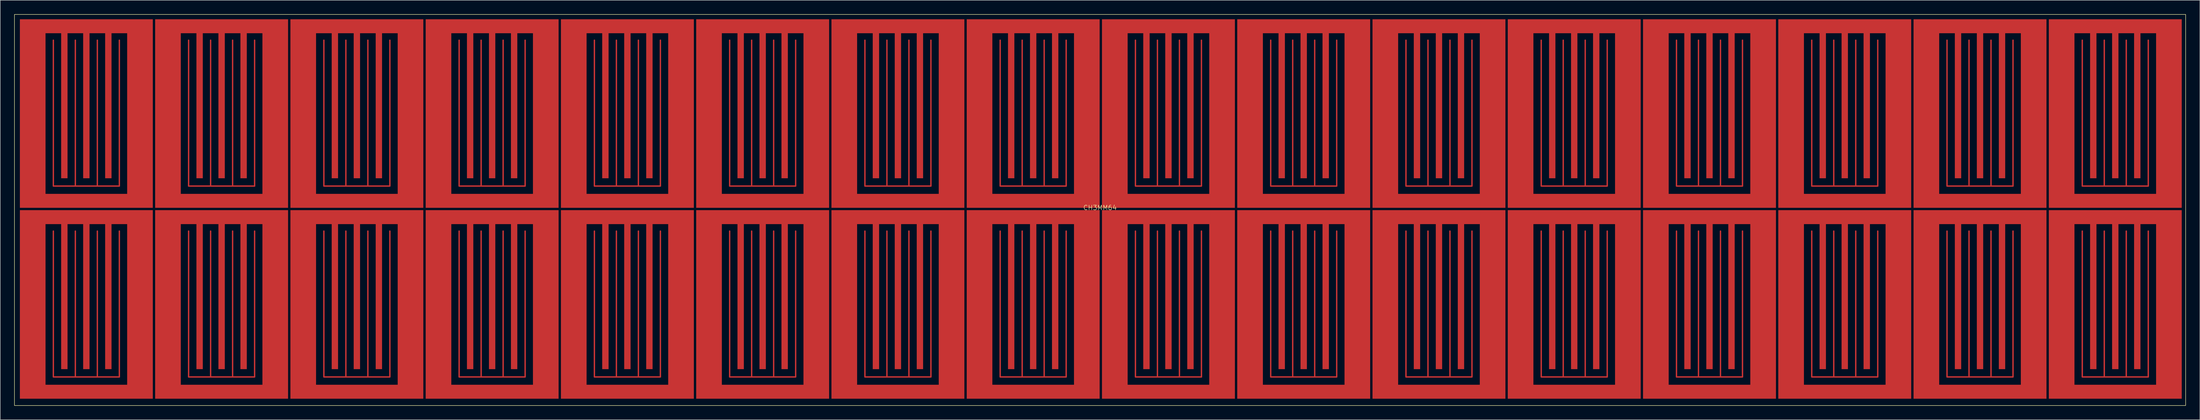
<source format=kicad_pcb>
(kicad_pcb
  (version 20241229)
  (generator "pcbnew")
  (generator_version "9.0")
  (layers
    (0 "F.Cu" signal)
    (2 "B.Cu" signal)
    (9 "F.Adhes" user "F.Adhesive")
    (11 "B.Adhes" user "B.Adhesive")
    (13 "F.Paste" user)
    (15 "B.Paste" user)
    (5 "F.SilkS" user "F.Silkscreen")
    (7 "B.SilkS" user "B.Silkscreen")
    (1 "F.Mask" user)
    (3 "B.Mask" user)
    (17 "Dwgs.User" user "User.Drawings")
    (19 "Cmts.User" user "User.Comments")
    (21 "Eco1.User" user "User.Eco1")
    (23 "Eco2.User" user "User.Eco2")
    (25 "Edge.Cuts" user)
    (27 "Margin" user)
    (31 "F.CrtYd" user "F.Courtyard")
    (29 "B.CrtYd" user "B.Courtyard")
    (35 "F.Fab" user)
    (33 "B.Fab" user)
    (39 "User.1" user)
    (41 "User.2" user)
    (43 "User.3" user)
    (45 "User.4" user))
  (footprint "CH3MM64"
    (layer "F.Cu")
    (at 232.8 42.05)
    (property "Reference" "CH3MM64" (at 0 -0.5 0) (unlocked yes) (layer "F.SilkS") (effects (font (size 1 1) (thickness 0.1))))
    (attr smd)
    (fp_rect (start -232.75 42) (end 232.75 -42) (stroke (width 0.1) (type default)) (fill no) (layer "F.SilkS"))
    (pad "0" smd custom (at -217.4 -1.287) (size 1.524 1.524) (layers "F.Cu" "F.Mask" "F.Paste") (options (anchor circle)) (primitives (gr_poly (pts (xy -1.143 -0.381) (xy -1.127 -0.49) (xy -1.072 -0.602) (xy -0.983 -0.691) (xy -0.871 -0.746) (xy -0.762 -0.762) (xy 0.762 -0.762) (xy 0.871 -0.746) (xy 0.983 -0.691) (xy 1.072 -0.602) (xy 1.127 -0.49) (xy 1.143 -0.381) (xy 1.143 0.381) (xy 1.127 0.49) (xy 1.072 0.602) (xy 0.983 0.691) (xy 0.871 0.746) (xy 0.762 0.762) (xy -0.762 0.762) (xy -0.871 0.746) (xy -0.983 0.691) (xy -1.072 0.602) (xy -1.127 0.49) (xy -1.143 0.381)) (width 0) (fill yes)) (gr_poly (pts (xy -14.187 -39.675) (xy -14.187 0.825) (xy 14.313 0.825) (xy 14.313 -39.675) (xy 8.813 -36.675) (xy 8.813 -2.175) (xy -8.687 -2.175) (xy -8.687 -36.675) (xy -5.337 -36.675) (xy -5.337 -5.525) (xy -3.97 -5.525) (xy -3.97 -36.675) (xy -0.62 -36.675) (xy -0.62 -5.525) (xy 0.746 -5.525) (xy 0.746 -36.675) (xy 4.096 -36.675) (xy 4.096 -5.525) (xy 5.463 -5.525) (xy 5.463 -36.675) (xy 8.813 -36.675) (xy 14.313 -39.675)) (width 0) (fill yes))))
    (pad "1" smd custom (at -188.4 -1.287) (size 1.524 1.524) (layers "F.Cu" "F.Mask" "F.Paste") (options (anchor circle)) (primitives (gr_poly (pts (xy -1.143 -0.381) (xy -1.127 -0.49) (xy -1.072 -0.602) (xy -0.983 -0.691) (xy -0.871 -0.746) (xy -0.762 -0.762) (xy 0.762 -0.762) (xy 0.871 -0.746) (xy 0.983 -0.691) (xy 1.072 -0.602) (xy 1.127 -0.49) (xy 1.143 -0.381) (xy 1.143 0.381) (xy 1.127 0.49) (xy 1.072 0.602) (xy 0.983 0.691) (xy 0.871 0.746) (xy 0.762 0.762) (xy -0.762 0.762) (xy -0.871 0.746) (xy -0.983 0.691) (xy -1.072 0.602) (xy -1.127 0.49) (xy -1.143 0.381)) (width 0) (fill yes)) (gr_poly (pts (xy -14.187 -39.675) (xy -14.187 0.825) (xy 14.313 0.825) (xy 14.313 -39.675) (xy 8.813 -36.675) (xy 8.813 -2.175) (xy -8.687 -2.175) (xy -8.687 -36.675) (xy -5.337 -36.675) (xy -5.337 -5.525) (xy -3.97 -5.525) (xy -3.97 -36.675) (xy -0.62 -36.675) (xy -0.62 -5.525) (xy 0.746 -5.525) (xy 0.746 -36.675) (xy 4.096 -36.675) (xy 4.096 -5.525) (xy 5.463 -5.525) (xy 5.463 -36.675) (xy 8.813 -36.675) (xy 14.313 -39.675)) (width 0) (fill yes))))
    (pad "2" smd custom (at -159.4 -1.287) (size 1.524 1.524) (layers "F.Cu" "F.Mask" "F.Paste") (options (anchor circle)) (primitives (gr_poly (pts (xy -1.143 -0.381) (xy -1.127 -0.49) (xy -1.072 -0.602) (xy -0.983 -0.691) (xy -0.871 -0.746) (xy -0.762 -0.762) (xy 0.762 -0.762) (xy 0.871 -0.746) (xy 0.983 -0.691) (xy 1.072 -0.602) (xy 1.127 -0.49) (xy 1.143 -0.381) (xy 1.143 0.381) (xy 1.127 0.49) (xy 1.072 0.602) (xy 0.983 0.691) (xy 0.871 0.746) (xy 0.762 0.762) (xy -0.762 0.762) (xy -0.871 0.746) (xy -0.983 0.691) (xy -1.072 0.602) (xy -1.127 0.49) (xy -1.143 0.381)) (width 0) (fill yes)) (gr_poly (pts (xy -14.187 -39.675) (xy -14.187 0.825) (xy 14.313 0.825) (xy 14.313 -39.675) (xy 8.813 -36.675) (xy 8.813 -2.175) (xy -8.687 -2.175) (xy -8.687 -36.675) (xy -5.337 -36.675) (xy -5.337 -5.525) (xy -3.97 -5.525) (xy -3.97 -36.675) (xy -0.62 -36.675) (xy -0.62 -5.525) (xy 0.746 -5.525) (xy 0.746 -36.675) (xy 4.096 -36.675) (xy 4.096 -5.525) (xy 5.463 -5.525) (xy 5.463 -36.675) (xy 8.813 -36.675) (xy 14.313 -39.675)) (width 0) (fill yes))))
    (pad "3" smd custom (at -130.4 -1.287) (size 1.524 1.524) (layers "F.Cu" "F.Mask" "F.Paste") (options (anchor circle)) (primitives (gr_poly (pts (xy -1.143 -0.381) (xy -1.127 -0.49) (xy -1.072 -0.602) (xy -0.983 -0.691) (xy -0.871 -0.746) (xy -0.762 -0.762) (xy 0.762 -0.762) (xy 0.871 -0.746) (xy 0.983 -0.691) (xy 1.072 -0.602) (xy 1.127 -0.49) (xy 1.143 -0.381) (xy 1.143 0.381) (xy 1.127 0.49) (xy 1.072 0.602) (xy 0.983 0.691) (xy 0.871 0.746) (xy 0.762 0.762) (xy -0.762 0.762) (xy -0.871 0.746) (xy -0.983 0.691) (xy -1.072 0.602) (xy -1.127 0.49) (xy -1.143 0.381)) (width 0) (fill yes)) (gr_poly (pts (xy -14.187 -39.675) (xy -14.187 0.825) (xy 14.313 0.825) (xy 14.313 -39.675) (xy 8.813 -36.675) (xy 8.813 -2.175) (xy -8.687 -2.175) (xy -8.687 -36.675) (xy -5.337 -36.675) (xy -5.337 -5.525) (xy -3.97 -5.525) (xy -3.97 -36.675) (xy -0.62 -36.675) (xy -0.62 -5.525) (xy 0.746 -5.525) (xy 0.746 -36.675) (xy 4.096 -36.675) (xy 4.096 -5.525) (xy 5.463 -5.525) (xy 5.463 -36.675) (xy 8.813 -36.675) (xy 14.313 -39.675)) (width 0) (fill yes))))
    (pad "4" smd custom (at -101.4 -1.287) (size 1.524 1.524) (layers "F.Cu" "F.Mask" "F.Paste") (options (anchor circle)) (primitives (gr_poly (pts (xy -1.143 -0.381) (xy -1.127 -0.49) (xy -1.072 -0.602) (xy -0.983 -0.691) (xy -0.871 -0.746) (xy -0.762 -0.762) (xy 0.762 -0.762) (xy 0.871 -0.746) (xy 0.983 -0.691) (xy 1.072 -0.602) (xy 1.127 -0.49) (xy 1.143 -0.381) (xy 1.143 0.381) (xy 1.127 0.49) (xy 1.072 0.602) (xy 0.983 0.691) (xy 0.871 0.746) (xy 0.762 0.762) (xy -0.762 0.762) (xy -0.871 0.746) (xy -0.983 0.691) (xy -1.072 0.602) (xy -1.127 0.49) (xy -1.143 0.381)) (width 0) (fill yes)) (gr_poly (pts (xy -14.187 -39.675) (xy -14.187 0.825) (xy 14.313 0.825) (xy 14.313 -39.675) (xy 8.813 -36.675) (xy 8.813 -2.175) (xy -8.687 -2.175) (xy -8.687 -36.675) (xy -5.337 -36.675) (xy -5.337 -5.525) (xy -3.97 -5.525) (xy -3.97 -36.675) (xy -0.62 -36.675) (xy -0.62 -5.525) (xy 0.746 -5.525) (xy 0.746 -36.675) (xy 4.096 -36.675) (xy 4.096 -5.525) (xy 5.463 -5.525) (xy 5.463 -36.675) (xy 8.813 -36.675) (xy 14.313 -39.675)) (width 0) (fill yes))))
    (pad "5" smd custom (at -72.4 -1.287) (size 1.524 1.524) (layers "F.Cu" "F.Mask" "F.Paste") (options (anchor circle)) (primitives (gr_poly (pts (xy -1.143 -0.381) (xy -1.127 -0.49) (xy -1.072 -0.602) (xy -0.983 -0.691) (xy -0.871 -0.746) (xy -0.762 -0.762) (xy 0.762 -0.762) (xy 0.871 -0.746) (xy 0.983 -0.691) (xy 1.072 -0.602) (xy 1.127 -0.49) (xy 1.143 -0.381) (xy 1.143 0.381) (xy 1.127 0.49) (xy 1.072 0.602) (xy 0.983 0.691) (xy 0.871 0.746) (xy 0.762 0.762) (xy -0.762 0.762) (xy -0.871 0.746) (xy -0.983 0.691) (xy -1.072 0.602) (xy -1.127 0.49) (xy -1.143 0.381)) (width 0) (fill yes)) (gr_poly (pts (xy -14.187 -39.675) (xy -14.187 0.825) (xy 14.313 0.825) (xy 14.313 -39.675) (xy 8.813 -36.675) (xy 8.813 -2.175) (xy -8.687 -2.175) (xy -8.687 -36.675) (xy -5.337 -36.675) (xy -5.337 -5.525) (xy -3.97 -5.525) (xy -3.97 -36.675) (xy -0.62 -36.675) (xy -0.62 -5.525) (xy 0.746 -5.525) (xy 0.746 -36.675) (xy 4.096 -36.675) (xy 4.096 -5.525) (xy 5.463 -5.525) (xy 5.463 -36.675) (xy 8.813 -36.675) (xy 14.313 -39.675)) (width 0) (fill yes))))
    (pad "6" smd custom (at -43.4 -1.287) (size 1.524 1.524) (layers "F.Cu" "F.Mask" "F.Paste") (options (anchor circle)) (primitives (gr_poly (pts (xy -1.143 -0.381) (xy -1.127 -0.49) (xy -1.072 -0.602) (xy -0.983 -0.691) (xy -0.871 -0.746) (xy -0.762 -0.762) (xy 0.762 -0.762) (xy 0.871 -0.746) (xy 0.983 -0.691) (xy 1.072 -0.602) (xy 1.127 -0.49) (xy 1.143 -0.381) (xy 1.143 0.381) (xy 1.127 0.49) (xy 1.072 0.602) (xy 0.983 0.691) (xy 0.871 0.746) (xy 0.762 0.762) (xy -0.762 0.762) (xy -0.871 0.746) (xy -0.983 0.691) (xy -1.072 0.602) (xy -1.127 0.49) (xy -1.143 0.381)) (width 0) (fill yes)) (gr_poly (pts (xy -14.187 -39.675) (xy -14.187 0.825) (xy 14.313 0.825) (xy 14.313 -39.675) (xy 8.813 -36.675) (xy 8.813 -2.175) (xy -8.687 -2.175) (xy -8.687 -36.675) (xy -5.337 -36.675) (xy -5.337 -5.525) (xy -3.97 -5.525) (xy -3.97 -36.675) (xy -0.62 -36.675) (xy -0.62 -5.525) (xy 0.746 -5.525) (xy 0.746 -36.675) (xy 4.096 -36.675) (xy 4.096 -5.525) (xy 5.463 -5.525) (xy 5.463 -36.675) (xy 8.813 -36.675) (xy 14.313 -39.675)) (width 0) (fill yes))))
    (pad "7" smd custom (at -14.4 -1.287) (size 1.524 1.524) (layers "F.Cu" "F.Mask" "F.Paste") (options (anchor circle)) (primitives (gr_poly (pts (xy -1.143 -0.381) (xy -1.127 -0.49) (xy -1.072 -0.602) (xy -0.983 -0.691) (xy -0.871 -0.746) (xy -0.762 -0.762) (xy 0.762 -0.762) (xy 0.871 -0.746) (xy 0.983 -0.691) (xy 1.072 -0.602) (xy 1.127 -0.49) (xy 1.143 -0.381) (xy 1.143 0.381) (xy 1.127 0.49) (xy 1.072 0.602) (xy 0.983 0.691) (xy 0.871 0.746) (xy 0.762 0.762) (xy -0.762 0.762) (xy -0.871 0.746) (xy -0.983 0.691) (xy -1.072 0.602) (xy -1.127 0.49) (xy -1.143 0.381)) (width 0) (fill yes)) (gr_poly (pts (xy -14.187 -39.675) (xy -14.187 0.825) (xy 14.313 0.825) (xy 14.313 -39.675) (xy 8.813 -36.675) (xy 8.813 -2.175) (xy -8.687 -2.175) (xy -8.687 -36.675) (xy -5.337 -36.675) (xy -5.337 -5.525) (xy -3.97 -5.525) (xy -3.97 -36.675) (xy -0.62 -36.675) (xy -0.62 -5.525) (xy 0.746 -5.525) (xy 0.746 -36.675) (xy 4.096 -36.675) (xy 4.096 -5.525) (xy 5.463 -5.525) (xy 5.463 -36.675) (xy 8.813 -36.675) (xy 14.313 -39.675)) (width 0) (fill yes))))
    (pad "8" smd custom (at -217.4 39.713) (size 1.524 1.524) (layers "F.Cu" "F.Mask" "F.Paste") (options (anchor circle)) (primitives (gr_poly (pts (xy -1.143 -0.381) (xy -1.127 -0.49) (xy -1.072 -0.602) (xy -0.983 -0.691) (xy -0.871 -0.746) (xy -0.762 -0.762) (xy 0.762 -0.762) (xy 0.871 -0.746) (xy 0.983 -0.691) (xy 1.072 -0.602) (xy 1.127 -0.49) (xy 1.143 -0.381) (xy 1.143 0.381) (xy 1.127 0.49) (xy 1.072 0.602) (xy 0.983 0.691) (xy 0.871 0.746) (xy 0.762 0.762) (xy -0.762 0.762) (xy -0.871 0.746) (xy -0.983 0.691) (xy -1.072 0.602) (xy -1.127 0.49) (xy -1.143 0.381)) (width 0) (fill yes)) (gr_poly (pts (xy -14.187 -39.675) (xy -14.187 0.825) (xy 14.313 0.825) (xy 14.313 -39.675) (xy 8.813 -36.675) (xy 8.813 -2.175) (xy -8.687 -2.175) (xy -8.687 -36.675) (xy -5.337 -36.675) (xy -5.337 -5.525) (xy -3.97 -5.525) (xy -3.97 -36.675) (xy -0.62 -36.675) (xy -0.62 -5.525) (xy 0.746 -5.525) (xy 0.746 -36.675) (xy 4.096 -36.675) (xy 4.096 -5.525) (xy 5.463 -5.525) (xy 5.463 -36.675) (xy 8.813 -36.675) (xy 14.313 -39.675)) (width 0) (fill yes))))
    (pad "9" smd custom (at -188.4 39.713) (size 1.524 1.524) (layers "F.Cu" "F.Mask" "F.Paste") (options (anchor circle)) (primitives (gr_poly (pts (xy -1.143 -0.381) (xy -1.127 -0.49) (xy -1.072 -0.602) (xy -0.983 -0.691) (xy -0.871 -0.746) (xy -0.762 -0.762) (xy 0.762 -0.762) (xy 0.871 -0.746) (xy 0.983 -0.691) (xy 1.072 -0.602) (xy 1.127 -0.49) (xy 1.143 -0.381) (xy 1.143 0.381) (xy 1.127 0.49) (xy 1.072 0.602) (xy 0.983 0.691) (xy 0.871 0.746) (xy 0.762 0.762) (xy -0.762 0.762) (xy -0.871 0.746) (xy -0.983 0.691) (xy -1.072 0.602) (xy -1.127 0.49) (xy -1.143 0.381)) (width 0) (fill yes)) (gr_poly (pts (xy -14.187 -39.675) (xy -14.187 0.825) (xy 14.313 0.825) (xy 14.313 -39.675) (xy 8.813 -36.675) (xy 8.813 -2.175) (xy -8.687 -2.175) (xy -8.687 -36.675) (xy -5.337 -36.675) (xy -5.337 -5.525) (xy -3.97 -5.525) (xy -3.97 -36.675) (xy -0.62 -36.675) (xy -0.62 -5.525) (xy 0.746 -5.525) (xy 0.746 -36.675) (xy 4.096 -36.675) (xy 4.096 -5.525) (xy 5.463 -5.525) (xy 5.463 -36.675) (xy 8.813 -36.675) (xy 14.313 -39.675)) (width 0) (fill yes))))
    (pad "10" smd custom (at -159.4 39.713) (size 1.524 1.524) (layers "F.Cu" "F.Mask" "F.Paste") (options (anchor circle)) (primitives (gr_poly (pts (xy -1.143 -0.381) (xy -1.127 -0.49) (xy -1.072 -0.602) (xy -0.983 -0.691) (xy -0.871 -0.746) (xy -0.762 -0.762) (xy 0.762 -0.762) (xy 0.871 -0.746) (xy 0.983 -0.691) (xy 1.072 -0.602) (xy 1.127 -0.49) (xy 1.143 -0.381) (xy 1.143 0.381) (xy 1.127 0.49) (xy 1.072 0.602) (xy 0.983 0.691) (xy 0.871 0.746) (xy 0.762 0.762) (xy -0.762 0.762) (xy -0.871 0.746) (xy -0.983 0.691) (xy -1.072 0.602) (xy -1.127 0.49) (xy -1.143 0.381)) (width 0) (fill yes)) (gr_poly (pts (xy -14.187 -39.675) (xy -14.187 0.825) (xy 14.313 0.825) (xy 14.313 -39.675) (xy 8.813 -36.675) (xy 8.813 -2.175) (xy -8.687 -2.175) (xy -8.687 -36.675) (xy -5.337 -36.675) (xy -5.337 -5.525) (xy -3.97 -5.525) (xy -3.97 -36.675) (xy -0.62 -36.675) (xy -0.62 -5.525) (xy 0.746 -5.525) (xy 0.746 -36.675) (xy 4.096 -36.675) (xy 4.096 -5.525) (xy 5.463 -5.525) (xy 5.463 -36.675) (xy 8.813 -36.675) (xy 14.313 -39.675)) (width 0) (fill yes))))
    (pad "11" smd custom (at -130.4 39.713) (size 1.524 1.524) (layers "F.Cu" "F.Mask" "F.Paste") (options (anchor circle)) (primitives (gr_poly (pts (xy -1.143 -0.381) (xy -1.127 -0.49) (xy -1.072 -0.602) (xy -0.983 -0.691) (xy -0.871 -0.746) (xy -0.762 -0.762) (xy 0.762 -0.762) (xy 0.871 -0.746) (xy 0.983 -0.691) (xy 1.072 -0.602) (xy 1.127 -0.49) (xy 1.143 -0.381) (xy 1.143 0.381) (xy 1.127 0.49) (xy 1.072 0.602) (xy 0.983 0.691) (xy 0.871 0.746) (xy 0.762 0.762) (xy -0.762 0.762) (xy -0.871 0.746) (xy -0.983 0.691) (xy -1.072 0.602) (xy -1.127 0.49) (xy -1.143 0.381)) (width 0) (fill yes)) (gr_poly (pts (xy -14.187 -39.675) (xy -14.187 0.825) (xy 14.313 0.825) (xy 14.313 -39.675) (xy 8.813 -36.675) (xy 8.813 -2.175) (xy -8.687 -2.175) (xy -8.687 -36.675) (xy -5.337 -36.675) (xy -5.337 -5.525) (xy -3.97 -5.525) (xy -3.97 -36.675) (xy -0.62 -36.675) (xy -0.62 -5.525) (xy 0.746 -5.525) (xy 0.746 -36.675) (xy 4.096 -36.675) (xy 4.096 -5.525) (xy 5.463 -5.525) (xy 5.463 -36.675) (xy 8.813 -36.675) (xy 14.313 -39.675)) (width 0) (fill yes))))
    (pad "12" smd custom (at -101.4 39.713) (size 1.524 1.524) (layers "F.Cu" "F.Mask" "F.Paste") (options (anchor circle)) (primitives (gr_poly (pts (xy -1.143 -0.381) (xy -1.127 -0.49) (xy -1.072 -0.602) (xy -0.983 -0.691) (xy -0.871 -0.746) (xy -0.762 -0.762) (xy 0.762 -0.762) (xy 0.871 -0.746) (xy 0.983 -0.691) (xy 1.072 -0.602) (xy 1.127 -0.49) (xy 1.143 -0.381) (xy 1.143 0.381) (xy 1.127 0.49) (xy 1.072 0.602) (xy 0.983 0.691) (xy 0.871 0.746) (xy 0.762 0.762) (xy -0.762 0.762) (xy -0.871 0.746) (xy -0.983 0.691) (xy -1.072 0.602) (xy -1.127 0.49) (xy -1.143 0.381)) (width 0) (fill yes)) (gr_poly (pts (xy -14.187 -39.675) (xy -14.187 0.825) (xy 14.313 0.825) (xy 14.313 -39.675) (xy 8.813 -36.675) (xy 8.813 -2.175) (xy -8.687 -2.175) (xy -8.687 -36.675) (xy -5.337 -36.675) (xy -5.337 -5.525) (xy -3.97 -5.525) (xy -3.97 -36.675) (xy -0.62 -36.675) (xy -0.62 -5.525) (xy 0.746 -5.525) (xy 0.746 -36.675) (xy 4.096 -36.675) (xy 4.096 -5.525) (xy 5.463 -5.525) (xy 5.463 -36.675) (xy 8.813 -36.675) (xy 14.313 -39.675)) (width 0) (fill yes))))
    (pad "13" smd custom (at -72.4 39.713) (size 1.524 1.524) (layers "F.Cu" "F.Mask" "F.Paste") (options (anchor circle)) (primitives (gr_poly (pts (xy -1.143 -0.381) (xy -1.127 -0.49) (xy -1.072 -0.602) (xy -0.983 -0.691) (xy -0.871 -0.746) (xy -0.762 -0.762) (xy 0.762 -0.762) (xy 0.871 -0.746) (xy 0.983 -0.691) (xy 1.072 -0.602) (xy 1.127 -0.49) (xy 1.143 -0.381) (xy 1.143 0.381) (xy 1.127 0.49) (xy 1.072 0.602) (xy 0.983 0.691) (xy 0.871 0.746) (xy 0.762 0.762) (xy -0.762 0.762) (xy -0.871 0.746) (xy -0.983 0.691) (xy -1.072 0.602) (xy -1.127 0.49) (xy -1.143 0.381)) (width 0) (fill yes)) (gr_poly (pts (xy -14.187 -39.675) (xy -14.187 0.825) (xy 14.313 0.825) (xy 14.313 -39.675) (xy 8.813 -36.675) (xy 8.813 -2.175) (xy -8.687 -2.175) (xy -8.687 -36.675) (xy -5.337 -36.675) (xy -5.337 -5.525) (xy -3.97 -5.525) (xy -3.97 -36.675) (xy -0.62 -36.675) (xy -0.62 -5.525) (xy 0.746 -5.525) (xy 0.746 -36.675) (xy 4.096 -36.675) (xy 4.096 -5.525) (xy 5.463 -5.525) (xy 5.463 -36.675) (xy 8.813 -36.675) (xy 14.313 -39.675)) (width 0) (fill yes))))
    (pad "14" smd custom (at -43.4 39.713) (size 1.524 1.524) (layers "F.Cu" "F.Mask" "F.Paste") (options (anchor circle)) (primitives (gr_poly (pts (xy -1.143 -0.381) (xy -1.127 -0.49) (xy -1.072 -0.602) (xy -0.983 -0.691) (xy -0.871 -0.746) (xy -0.762 -0.762) (xy 0.762 -0.762) (xy 0.871 -0.746) (xy 0.983 -0.691) (xy 1.072 -0.602) (xy 1.127 -0.49) (xy 1.143 -0.381) (xy 1.143 0.381) (xy 1.127 0.49) (xy 1.072 0.602) (xy 0.983 0.691) (xy 0.871 0.746) (xy 0.762 0.762) (xy -0.762 0.762) (xy -0.871 0.746) (xy -0.983 0.691) (xy -1.072 0.602) (xy -1.127 0.49) (xy -1.143 0.381)) (width 0) (fill yes)) (gr_poly (pts (xy -14.187 -39.675) (xy -14.187 0.825) (xy 14.313 0.825) (xy 14.313 -39.675) (xy 8.813 -36.675) (xy 8.813 -2.175) (xy -8.687 -2.175) (xy -8.687 -36.675) (xy -5.337 -36.675) (xy -5.337 -5.525) (xy -3.97 -5.525) (xy -3.97 -36.675) (xy -0.62 -36.675) (xy -0.62 -5.525) (xy 0.746 -5.525) (xy 0.746 -36.675) (xy 4.096 -36.675) (xy 4.096 -5.525) (xy 5.463 -5.525) (xy 5.463 -36.675) (xy 8.813 -36.675) (xy 14.313 -39.675)) (width 0) (fill yes))))
    (pad "15" smd custom (at -14.4 39.713) (size 1.524 1.524) (layers "F.Cu" "F.Mask" "F.Paste") (options (anchor circle)) (primitives (gr_poly (pts (xy -1.143 -0.381) (xy -1.127 -0.49) (xy -1.072 -0.602) (xy -0.983 -0.691) (xy -0.871 -0.746) (xy -0.762 -0.762) (xy 0.762 -0.762) (xy 0.871 -0.746) (xy 0.983 -0.691) (xy 1.072 -0.602) (xy 1.127 -0.49) (xy 1.143 -0.381) (xy 1.143 0.381) (xy 1.127 0.49) (xy 1.072 0.602) (xy 0.983 0.691) (xy 0.871 0.746) (xy 0.762 0.762) (xy -0.762 0.762) (xy -0.871 0.746) (xy -0.983 0.691) (xy -1.072 0.602) (xy -1.127 0.49) (xy -1.143 0.381)) (width 0) (fill yes)) (gr_poly (pts (xy -14.187 -39.675) (xy -14.187 0.825) (xy 14.313 0.825) (xy 14.313 -39.675) (xy 8.813 -36.675) (xy 8.813 -2.175) (xy -8.687 -2.175) (xy -8.687 -36.675) (xy -5.337 -36.675) (xy -5.337 -5.525) (xy -3.97 -5.525) (xy -3.97 -36.675) (xy -0.62 -36.675) (xy -0.62 -5.525) (xy 0.746 -5.525) (xy 0.746 -36.675) (xy 4.096 -36.675) (xy 4.096 -5.525) (xy 5.463 -5.525) (xy 5.463 -36.675) (xy 8.813 -36.675) (xy 14.313 -39.675)) (width 0) (fill yes))))
    (pad "16" smd custom (at 14.6 -1.287) (size 1.524 1.524) (layers "F.Cu" "F.Mask" "F.Paste") (options (anchor circle)) (primitives (gr_poly (pts (xy -1.143 -0.381) (xy -1.127 -0.49) (xy -1.072 -0.602) (xy -0.983 -0.691) (xy -0.871 -0.746) (xy -0.762 -0.762) (xy 0.762 -0.762) (xy 0.871 -0.746) (xy 0.983 -0.691) (xy 1.072 -0.602) (xy 1.127 -0.49) (xy 1.143 -0.381) (xy 1.143 0.381) (xy 1.127 0.49) (xy 1.072 0.602) (xy 0.983 0.691) (xy 0.871 0.746) (xy 0.762 0.762) (xy -0.762 0.762) (xy -0.871 0.746) (xy -0.983 0.691) (xy -1.072 0.602) (xy -1.127 0.49) (xy -1.143 0.381)) (width 0) (fill yes)) (gr_poly (pts (xy -14.187 -39.675) (xy -14.187 0.825) (xy 14.313 0.825) (xy 14.313 -39.675) (xy 8.813 -36.675) (xy 8.813 -2.175) (xy -8.687 -2.175) (xy -8.687 -36.675) (xy -5.337 -36.675) (xy -5.337 -5.525) (xy -3.97 -5.525) (xy -3.97 -36.675) (xy -0.62 -36.675) (xy -0.62 -5.525) (xy 0.746 -5.525) (xy 0.746 -36.675) (xy 4.096 -36.675) (xy 4.096 -5.525) (xy 5.463 -5.525) (xy 5.463 -36.675) (xy 8.813 -36.675) (xy 14.313 -39.675)) (width 0) (fill yes))))
    (pad "17" smd custom (at 43.6 -1.287) (size 1.524 1.524) (layers "F.Cu" "F.Mask" "F.Paste") (options (anchor circle)) (primitives (gr_poly (pts (xy -1.143 -0.381) (xy -1.127 -0.49) (xy -1.072 -0.602) (xy -0.983 -0.691) (xy -0.871 -0.746) (xy -0.762 -0.762) (xy 0.762 -0.762) (xy 0.871 -0.746) (xy 0.983 -0.691) (xy 1.072 -0.602) (xy 1.127 -0.49) (xy 1.143 -0.381) (xy 1.143 0.381) (xy 1.127 0.49) (xy 1.072 0.602) (xy 0.983 0.691) (xy 0.871 0.746) (xy 0.762 0.762) (xy -0.762 0.762) (xy -0.871 0.746) (xy -0.983 0.691) (xy -1.072 0.602) (xy -1.127 0.49) (xy -1.143 0.381)) (width 0) (fill yes)) (gr_poly (pts (xy -14.187 -39.675) (xy -14.187 0.825) (xy 14.313 0.825) (xy 14.313 -39.675) (xy 8.813 -36.675) (xy 8.813 -2.175) (xy -8.687 -2.175) (xy -8.687 -36.675) (xy -5.337 -36.675) (xy -5.337 -5.525) (xy -3.97 -5.525) (xy -3.97 -36.675) (xy -0.62 -36.675) (xy -0.62 -5.525) (xy 0.746 -5.525) (xy 0.746 -36.675) (xy 4.096 -36.675) (xy 4.096 -5.525) (xy 5.463 -5.525) (xy 5.463 -36.675) (xy 8.813 -36.675) (xy 14.313 -39.675)) (width 0) (fill yes))))
    (pad "18" smd custom (at 72.6 -1.287) (size 1.524 1.524) (layers "F.Cu" "F.Mask" "F.Paste") (options (anchor circle)) (primitives (gr_poly (pts (xy -1.143 -0.381) (xy -1.127 -0.49) (xy -1.072 -0.602) (xy -0.983 -0.691) (xy -0.871 -0.746) (xy -0.762 -0.762) (xy 0.762 -0.762) (xy 0.871 -0.746) (xy 0.983 -0.691) (xy 1.072 -0.602) (xy 1.127 -0.49) (xy 1.143 -0.381) (xy 1.143 0.381) (xy 1.127 0.49) (xy 1.072 0.602) (xy 0.983 0.691) (xy 0.871 0.746) (xy 0.762 0.762) (xy -0.762 0.762) (xy -0.871 0.746) (xy -0.983 0.691) (xy -1.072 0.602) (xy -1.127 0.49) (xy -1.143 0.381)) (width 0) (fill yes)) (gr_poly (pts (xy -14.187 -39.675) (xy -14.187 0.825) (xy 14.313 0.825) (xy 14.313 -39.675) (xy 8.813 -36.675) (xy 8.813 -2.175) (xy -8.687 -2.175) (xy -8.687 -36.675) (xy -5.337 -36.675) (xy -5.337 -5.525) (xy -3.97 -5.525) (xy -3.97 -36.675) (xy -0.62 -36.675) (xy -0.62 -5.525) (xy 0.746 -5.525) (xy 0.746 -36.675) (xy 4.096 -36.675) (xy 4.096 -5.525) (xy 5.463 -5.525) (xy 5.463 -36.675) (xy 8.813 -36.675) (xy 14.313 -39.675)) (width 0) (fill yes))))
    (pad "19" smd custom (at 101.6 -1.287) (size 1.524 1.524) (layers "F.Cu" "F.Mask" "F.Paste") (options (anchor circle)) (primitives (gr_poly (pts (xy -1.143 -0.381) (xy -1.127 -0.49) (xy -1.072 -0.602) (xy -0.983 -0.691) (xy -0.871 -0.746) (xy -0.762 -0.762) (xy 0.762 -0.762) (xy 0.871 -0.746) (xy 0.983 -0.691) (xy 1.072 -0.602) (xy 1.127 -0.49) (xy 1.143 -0.381) (xy 1.143 0.381) (xy 1.127 0.49) (xy 1.072 0.602) (xy 0.983 0.691) (xy 0.871 0.746) (xy 0.762 0.762) (xy -0.762 0.762) (xy -0.871 0.746) (xy -0.983 0.691) (xy -1.072 0.602) (xy -1.127 0.49) (xy -1.143 0.381)) (width 0) (fill yes)) (gr_poly (pts (xy -14.187 -39.675) (xy -14.187 0.825) (xy 14.313 0.825) (xy 14.313 -39.675) (xy 8.813 -36.675) (xy 8.813 -2.175) (xy -8.687 -2.175) (xy -8.687 -36.675) (xy -5.337 -36.675) (xy -5.337 -5.525) (xy -3.97 -5.525) (xy -3.97 -36.675) (xy -0.62 -36.675) (xy -0.62 -5.525) (xy 0.746 -5.525) (xy 0.746 -36.675) (xy 4.096 -36.675) (xy 4.096 -5.525) (xy 5.463 -5.525) (xy 5.463 -36.675) (xy 8.813 -36.675) (xy 14.313 -39.675)) (width 0) (fill yes))))
    (pad "20" smd custom (at 130.6 -1.287) (size 1.524 1.524) (layers "F.Cu" "F.Mask" "F.Paste") (options (anchor circle)) (primitives (gr_poly (pts (xy -1.143 -0.381) (xy -1.127 -0.49) (xy -1.072 -0.602) (xy -0.983 -0.691) (xy -0.871 -0.746) (xy -0.762 -0.762) (xy 0.762 -0.762) (xy 0.871 -0.746) (xy 0.983 -0.691) (xy 1.072 -0.602) (xy 1.127 -0.49) (xy 1.143 -0.381) (xy 1.143 0.381) (xy 1.127 0.49) (xy 1.072 0.602) (xy 0.983 0.691) (xy 0.871 0.746) (xy 0.762 0.762) (xy -0.762 0.762) (xy -0.871 0.746) (xy -0.983 0.691) (xy -1.072 0.602) (xy -1.127 0.49) (xy -1.143 0.381)) (width 0) (fill yes)) (gr_poly (pts (xy -14.187 -39.675) (xy -14.187 0.825) (xy 14.313 0.825) (xy 14.313 -39.675) (xy 8.813 -36.675) (xy 8.813 -2.175) (xy -8.687 -2.175) (xy -8.687 -36.675) (xy -5.337 -36.675) (xy -5.337 -5.525) (xy -3.97 -5.525) (xy -3.97 -36.675) (xy -0.62 -36.675) (xy -0.62 -5.525) (xy 0.746 -5.525) (xy 0.746 -36.675) (xy 4.096 -36.675) (xy 4.096 -5.525) (xy 5.463 -5.525) (xy 5.463 -36.675) (xy 8.813 -36.675) (xy 14.313 -39.675)) (width 0) (fill yes))))
    (pad "21" smd custom (at 159.6 -1.287) (size 1.524 1.524) (layers "F.Cu" "F.Mask" "F.Paste") (options (anchor circle)) (primitives (gr_poly (pts (xy -1.143 -0.381) (xy -1.127 -0.49) (xy -1.072 -0.602) (xy -0.983 -0.691) (xy -0.871 -0.746) (xy -0.762 -0.762) (xy 0.762 -0.762) (xy 0.871 -0.746) (xy 0.983 -0.691) (xy 1.072 -0.602) (xy 1.127 -0.49) (xy 1.143 -0.381) (xy 1.143 0.381) (xy 1.127 0.49) (xy 1.072 0.602) (xy 0.983 0.691) (xy 0.871 0.746) (xy 0.762 0.762) (xy -0.762 0.762) (xy -0.871 0.746) (xy -0.983 0.691) (xy -1.072 0.602) (xy -1.127 0.49) (xy -1.143 0.381)) (width 0) (fill yes)) (gr_poly (pts (xy -14.187 -39.675) (xy -14.187 0.825) (xy 14.313 0.825) (xy 14.313 -39.675) (xy 8.813 -36.675) (xy 8.813 -2.175) (xy -8.687 -2.175) (xy -8.687 -36.675) (xy -5.337 -36.675) (xy -5.337 -5.525) (xy -3.97 -5.525) (xy -3.97 -36.675) (xy -0.62 -36.675) (xy -0.62 -5.525) (xy 0.746 -5.525) (xy 0.746 -36.675) (xy 4.096 -36.675) (xy 4.096 -5.525) (xy 5.463 -5.525) (xy 5.463 -36.675) (xy 8.813 -36.675) (xy 14.313 -39.675)) (width 0) (fill yes))))
    (pad "22" smd custom (at 188.6 -1.287) (size 1.524 1.524) (layers "F.Cu" "F.Mask" "F.Paste") (options (anchor circle)) (primitives (gr_poly (pts (xy -1.143 -0.381) (xy -1.127 -0.49) (xy -1.072 -0.602) (xy -0.983 -0.691) (xy -0.871 -0.746) (xy -0.762 -0.762) (xy 0.762 -0.762) (xy 0.871 -0.746) (xy 0.983 -0.691) (xy 1.072 -0.602) (xy 1.127 -0.49) (xy 1.143 -0.381) (xy 1.143 0.381) (xy 1.127 0.49) (xy 1.072 0.602) (xy 0.983 0.691) (xy 0.871 0.746) (xy 0.762 0.762) (xy -0.762 0.762) (xy -0.871 0.746) (xy -0.983 0.691) (xy -1.072 0.602) (xy -1.127 0.49) (xy -1.143 0.381)) (width 0) (fill yes)) (gr_poly (pts (xy -14.187 -39.675) (xy -14.187 0.825) (xy 14.313 0.825) (xy 14.313 -39.675) (xy 8.813 -36.675) (xy 8.813 -2.175) (xy -8.687 -2.175) (xy -8.687 -36.675) (xy -5.337 -36.675) (xy -5.337 -5.525) (xy -3.97 -5.525) (xy -3.97 -36.675) (xy -0.62 -36.675) (xy -0.62 -5.525) (xy 0.746 -5.525) (xy 0.746 -36.675) (xy 4.096 -36.675) (xy 4.096 -5.525) (xy 5.463 -5.525) (xy 5.463 -36.675) (xy 8.813 -36.675) (xy 14.313 -39.675)) (width 0) (fill yes))))
    (pad "23" smd custom (at 217.6 -1.287) (size 1.524 1.524) (layers "F.Cu" "F.Mask" "F.Paste") (options (anchor circle)) (primitives (gr_poly (pts (xy -1.143 -0.381) (xy -1.127 -0.49) (xy -1.072 -0.602) (xy -0.983 -0.691) (xy -0.871 -0.746) (xy -0.762 -0.762) (xy 0.762 -0.762) (xy 0.871 -0.746) (xy 0.983 -0.691) (xy 1.072 -0.602) (xy 1.127 -0.49) (xy 1.143 -0.381) (xy 1.143 0.381) (xy 1.127 0.49) (xy 1.072 0.602) (xy 0.983 0.691) (xy 0.871 0.746) (xy 0.762 0.762) (xy -0.762 0.762) (xy -0.871 0.746) (xy -0.983 0.691) (xy -1.072 0.602) (xy -1.127 0.49) (xy -1.143 0.381)) (width 0) (fill yes)) (gr_poly (pts (xy -14.187 -39.675) (xy -14.187 0.825) (xy 14.313 0.825) (xy 14.313 -39.675) (xy 8.813 -36.675) (xy 8.813 -2.175) (xy -8.687 -2.175) (xy -8.687 -36.675) (xy -5.337 -36.675) (xy -5.337 -5.525) (xy -3.97 -5.525) (xy -3.97 -36.675) (xy -0.62 -36.675) (xy -0.62 -5.525) (xy 0.746 -5.525) (xy 0.746 -36.675) (xy 4.096 -36.675) (xy 4.096 -5.525) (xy 5.463 -5.525) (xy 5.463 -36.675) (xy 8.813 -36.675) (xy 14.313 -39.675)) (width 0) (fill yes))))
    (pad "24" smd custom (at 14.6 39.713) (size 1.524 1.524) (layers "F.Cu" "F.Mask" "F.Paste") (options (anchor circle)) (primitives (gr_poly (pts (xy -1.143 -0.381) (xy -1.127 -0.49) (xy -1.072 -0.602) (xy -0.983 -0.691) (xy -0.871 -0.746) (xy -0.762 -0.762) (xy 0.762 -0.762) (xy 0.871 -0.746) (xy 0.983 -0.691) (xy 1.072 -0.602) (xy 1.127 -0.49) (xy 1.143 -0.381) (xy 1.143 0.381) (xy 1.127 0.49) (xy 1.072 0.602) (xy 0.983 0.691) (xy 0.871 0.746) (xy 0.762 0.762) (xy -0.762 0.762) (xy -0.871 0.746) (xy -0.983 0.691) (xy -1.072 0.602) (xy -1.127 0.49) (xy -1.143 0.381)) (width 0) (fill yes)) (gr_poly (pts (xy -14.187 -39.675) (xy -14.187 0.825) (xy 14.313 0.825) (xy 14.313 -39.675) (xy 8.813 -36.675) (xy 8.813 -2.175) (xy -8.687 -2.175) (xy -8.687 -36.675) (xy -5.337 -36.675) (xy -5.337 -5.525) (xy -3.97 -5.525) (xy -3.97 -36.675) (xy -0.62 -36.675) (xy -0.62 -5.525) (xy 0.746 -5.525) (xy 0.746 -36.675) (xy 4.096 -36.675) (xy 4.096 -5.525) (xy 5.463 -5.525) (xy 5.463 -36.675) (xy 8.813 -36.675) (xy 14.313 -39.675)) (width 0) (fill yes))))
    (pad "25" smd custom (at 43.6 39.713) (size 1.524 1.524) (layers "F.Cu" "F.Mask" "F.Paste") (options (anchor circle)) (primitives (gr_poly (pts (xy -1.143 -0.381) (xy -1.127 -0.49) (xy -1.072 -0.602) (xy -0.983 -0.691) (xy -0.871 -0.746) (xy -0.762 -0.762) (xy 0.762 -0.762) (xy 0.871 -0.746) (xy 0.983 -0.691) (xy 1.072 -0.602) (xy 1.127 -0.49) (xy 1.143 -0.381) (xy 1.143 0.381) (xy 1.127 0.49) (xy 1.072 0.602) (xy 0.983 0.691) (xy 0.871 0.746) (xy 0.762 0.762) (xy -0.762 0.762) (xy -0.871 0.746) (xy -0.983 0.691) (xy -1.072 0.602) (xy -1.127 0.49) (xy -1.143 0.381)) (width 0) (fill yes)) (gr_poly (pts (xy -14.187 -39.675) (xy -14.187 0.825) (xy 14.313 0.825) (xy 14.313 -39.675) (xy 8.813 -36.675) (xy 8.813 -2.175) (xy -8.687 -2.175) (xy -8.687 -36.675) (xy -5.337 -36.675) (xy -5.337 -5.525) (xy -3.97 -5.525) (xy -3.97 -36.675) (xy -0.62 -36.675) (xy -0.62 -5.525) (xy 0.746 -5.525) (xy 0.746 -36.675) (xy 4.096 -36.675) (xy 4.096 -5.525) (xy 5.463 -5.525) (xy 5.463 -36.675) (xy 8.813 -36.675) (xy 14.313 -39.675)) (width 0) (fill yes))))
    (pad "26" smd custom (at 72.6 39.713) (size 1.524 1.524) (layers "F.Cu" "F.Mask" "F.Paste") (options (anchor circle)) (primitives (gr_poly (pts (xy -1.143 -0.381) (xy -1.127 -0.49) (xy -1.072 -0.602) (xy -0.983 -0.691) (xy -0.871 -0.746) (xy -0.762 -0.762) (xy 0.762 -0.762) (xy 0.871 -0.746) (xy 0.983 -0.691) (xy 1.072 -0.602) (xy 1.127 -0.49) (xy 1.143 -0.381) (xy 1.143 0.381) (xy 1.127 0.49) (xy 1.072 0.602) (xy 0.983 0.691) (xy 0.871 0.746) (xy 0.762 0.762) (xy -0.762 0.762) (xy -0.871 0.746) (xy -0.983 0.691) (xy -1.072 0.602) (xy -1.127 0.49) (xy -1.143 0.381)) (width 0) (fill yes)) (gr_poly (pts (xy -14.187 -39.675) (xy -14.187 0.825) (xy 14.313 0.825) (xy 14.313 -39.675) (xy 8.813 -36.675) (xy 8.813 -2.175) (xy -8.687 -2.175) (xy -8.687 -36.675) (xy -5.337 -36.675) (xy -5.337 -5.525) (xy -3.97 -5.525) (xy -3.97 -36.675) (xy -0.62 -36.675) (xy -0.62 -5.525) (xy 0.746 -5.525) (xy 0.746 -36.675) (xy 4.096 -36.675) (xy 4.096 -5.525) (xy 5.463 -5.525) (xy 5.463 -36.675) (xy 8.813 -36.675) (xy 14.313 -39.675)) (width 0) (fill yes))))
    (pad "27" smd custom (at 101.6 39.713) (size 1.524 1.524) (layers "F.Cu" "F.Mask" "F.Paste") (options (anchor circle)) (primitives (gr_poly (pts (xy -1.143 -0.381) (xy -1.127 -0.49) (xy -1.072 -0.602) (xy -0.983 -0.691) (xy -0.871 -0.746) (xy -0.762 -0.762) (xy 0.762 -0.762) (xy 0.871 -0.746) (xy 0.983 -0.691) (xy 1.072 -0.602) (xy 1.127 -0.49) (xy 1.143 -0.381) (xy 1.143 0.381) (xy 1.127 0.49) (xy 1.072 0.602) (xy 0.983 0.691) (xy 0.871 0.746) (xy 0.762 0.762) (xy -0.762 0.762) (xy -0.871 0.746) (xy -0.983 0.691) (xy -1.072 0.602) (xy -1.127 0.49) (xy -1.143 0.381)) (width 0) (fill yes)) (gr_poly (pts (xy -14.187 -39.675) (xy -14.187 0.825) (xy 14.313 0.825) (xy 14.313 -39.675) (xy 8.813 -36.675) (xy 8.813 -2.175) (xy -8.687 -2.175) (xy -8.687 -36.675) (xy -5.337 -36.675) (xy -5.337 -5.525) (xy -3.97 -5.525) (xy -3.97 -36.675) (xy -0.62 -36.675) (xy -0.62 -5.525) (xy 0.746 -5.525) (xy 0.746 -36.675) (xy 4.096 -36.675) (xy 4.096 -5.525) (xy 5.463 -5.525) (xy 5.463 -36.675) (xy 8.813 -36.675) (xy 14.313 -39.675)) (width 0) (fill yes))))
    (pad "28" smd custom (at 130.6 39.713) (size 1.524 1.524) (layers "F.Cu" "F.Mask" "F.Paste") (options (anchor circle)) (primitives (gr_poly (pts (xy -1.143 -0.381) (xy -1.127 -0.49) (xy -1.072 -0.602) (xy -0.983 -0.691) (xy -0.871 -0.746) (xy -0.762 -0.762) (xy 0.762 -0.762) (xy 0.871 -0.746) (xy 0.983 -0.691) (xy 1.072 -0.602) (xy 1.127 -0.49) (xy 1.143 -0.381) (xy 1.143 0.381) (xy 1.127 0.49) (xy 1.072 0.602) (xy 0.983 0.691) (xy 0.871 0.746) (xy 0.762 0.762) (xy -0.762 0.762) (xy -0.871 0.746) (xy -0.983 0.691) (xy -1.072 0.602) (xy -1.127 0.49) (xy -1.143 0.381)) (width 0) (fill yes)) (gr_poly (pts (xy -14.187 -39.675) (xy -14.187 0.825) (xy 14.313 0.825) (xy 14.313 -39.675) (xy 8.813 -36.675) (xy 8.813 -2.175) (xy -8.687 -2.175) (xy -8.687 -36.675) (xy -5.337 -36.675) (xy -5.337 -5.525) (xy -3.97 -5.525) (xy -3.97 -36.675) (xy -0.62 -36.675) (xy -0.62 -5.525) (xy 0.746 -5.525) (xy 0.746 -36.675) (xy 4.096 -36.675) (xy 4.096 -5.525) (xy 5.463 -5.525) (xy 5.463 -36.675) (xy 8.813 -36.675) (xy 14.313 -39.675)) (width 0) (fill yes))))
    (pad "29" smd custom (at 159.6 39.713) (size 1.524 1.524) (layers "F.Cu" "F.Mask" "F.Paste") (options (anchor circle)) (primitives (gr_poly (pts (xy -1.143 -0.381) (xy -1.127 -0.49) (xy -1.072 -0.602) (xy -0.983 -0.691) (xy -0.871 -0.746) (xy -0.762 -0.762) (xy 0.762 -0.762) (xy 0.871 -0.746) (xy 0.983 -0.691) (xy 1.072 -0.602) (xy 1.127 -0.49) (xy 1.143 -0.381) (xy 1.143 0.381) (xy 1.127 0.49) (xy 1.072 0.602) (xy 0.983 0.691) (xy 0.871 0.746) (xy 0.762 0.762) (xy -0.762 0.762) (xy -0.871 0.746) (xy -0.983 0.691) (xy -1.072 0.602) (xy -1.127 0.49) (xy -1.143 0.381)) (width 0) (fill yes)) (gr_poly (pts (xy -14.187 -39.675) (xy -14.187 0.825) (xy 14.313 0.825) (xy 14.313 -39.675) (xy 8.813 -36.675) (xy 8.813 -2.175) (xy -8.687 -2.175) (xy -8.687 -36.675) (xy -5.337 -36.675) (xy -5.337 -5.525) (xy -3.97 -5.525) (xy -3.97 -36.675) (xy -0.62 -36.675) (xy -0.62 -5.525) (xy 0.746 -5.525) (xy 0.746 -36.675) (xy 4.096 -36.675) (xy 4.096 -5.525) (xy 5.463 -5.525) (xy 5.463 -36.675) (xy 8.813 -36.675) (xy 14.313 -39.675)) (width 0) (fill yes))))
    (pad "30" smd custom (at 188.6 39.713) (size 1.524 1.524) (layers "F.Cu" "F.Mask" "F.Paste") (options (anchor circle)) (primitives (gr_poly (pts (xy -1.143 -0.381) (xy -1.127 -0.49) (xy -1.072 -0.602) (xy -0.983 -0.691) (xy -0.871 -0.746) (xy -0.762 -0.762) (xy 0.762 -0.762) (xy 0.871 -0.746) (xy 0.983 -0.691) (xy 1.072 -0.602) (xy 1.127 -0.49) (xy 1.143 -0.381) (xy 1.143 0.381) (xy 1.127 0.49) (xy 1.072 0.602) (xy 0.983 0.691) (xy 0.871 0.746) (xy 0.762 0.762) (xy -0.762 0.762) (xy -0.871 0.746) (xy -0.983 0.691) (xy -1.072 0.602) (xy -1.127 0.49) (xy -1.143 0.381)) (width 0) (fill yes)) (gr_poly (pts (xy -14.187 -39.675) (xy -14.187 0.825) (xy 14.313 0.825) (xy 14.313 -39.675) (xy 8.813 -36.675) (xy 8.813 -2.175) (xy -8.687 -2.175) (xy -8.687 -36.675) (xy -5.337 -36.675) (xy -5.337 -5.525) (xy -3.97 -5.525) (xy -3.97 -36.675) (xy -0.62 -36.675) (xy -0.62 -5.525) (xy 0.746 -5.525) (xy 0.746 -36.675) (xy 4.096 -36.675) (xy 4.096 -5.525) (xy 5.463 -5.525) (xy 5.463 -36.675) (xy 8.813 -36.675) (xy 14.313 -39.675)) (width 0) (fill yes))))
    (pad "31" smd custom (at 217.6 39.713) (size 1.524 1.524) (layers "F.Cu" "F.Mask" "F.Paste") (options (anchor circle)) (primitives (gr_poly (pts (xy -1.143 -0.381) (xy -1.127 -0.49) (xy -1.072 -0.602) (xy -0.983 -0.691) (xy -0.871 -0.746) (xy -0.762 -0.762) (xy 0.762 -0.762) (xy 0.871 -0.746) (xy 0.983 -0.691) (xy 1.072 -0.602) (xy 1.127 -0.49) (xy 1.143 -0.381) (xy 1.143 0.381) (xy 1.127 0.49) (xy 1.072 0.602) (xy 0.983 0.691) (xy 0.871 0.746) (xy 0.762 0.762) (xy -0.762 0.762) (xy -0.871 0.746) (xy -0.983 0.691) (xy -1.072 0.602) (xy -1.127 0.49) (xy -1.143 0.381)) (width 0) (fill yes)) (gr_poly (pts (xy -14.187 -39.675) (xy -14.187 0.825) (xy 14.313 0.825) (xy 14.313 -39.675) (xy 8.813 -36.675) (xy 8.813 -2.175) (xy -8.687 -2.175) (xy -8.687 -36.675) (xy -5.337 -36.675) (xy -5.337 -5.525) (xy -3.97 -5.525) (xy -3.97 -36.675) (xy -0.62 -36.675) (xy -0.62 -5.525) (xy 0.746 -5.525) (xy 0.746 -36.675) (xy 4.096 -36.675) (xy 4.096 -5.525) (xy 5.463 -5.525) (xy 5.463 -36.675) (xy 8.813 -36.675) (xy 14.313 -39.675)) (width 0) (fill yes))))
    (pad "32" smd custom (at -217.337 -5.137) (size 3 0.3) (layers "F.Cu" "F.Mask" "F.Paste") (options (anchor rect)) (primitives (gr_line (start -7.075 0) (end 7.075 0) (width 0.3)) (gr_line (start -7.075 -31.325) (end -7.075 0) (width 0.3)) (gr_line (start -2.358 -31.325) (end -2.358 0) (width 0.3)) (gr_line (start 2.358 -31.325) (end 2.358 0) (width 0.3)) (gr_line (start 7.075 0) (end 7.075 -31.325) (width 0.3))))
    (pad "33" smd custom (at -188.337 -5.137) (size 3 0.3) (layers "F.Cu" "F.Mask" "F.Paste") (options (anchor rect)) (primitives (gr_line (start -7.075 0) (end 7.075 0) (width 0.3)) (gr_line (start -7.075 -31.325) (end -7.075 0) (width 0.3)) (gr_line (start -2.358 -31.325) (end -2.358 0) (width 0.3)) (gr_line (start 2.358 -31.325) (end 2.358 0) (width 0.3)) (gr_line (start 7.075 0) (end 7.075 -31.325) (width 0.3))))
    (pad "34" smd custom (at -159.337 -5.137) (size 3 0.3) (layers "F.Cu" "F.Mask" "F.Paste") (options (anchor rect)) (primitives (gr_line (start -7.075 0) (end 7.075 0) (width 0.3)) (gr_line (start -7.075 -31.325) (end -7.075 0) (width 0.3)) (gr_line (start -2.358 -31.325) (end -2.358 0) (width 0.3)) (gr_line (start 2.358 -31.325) (end 2.358 0) (width 0.3)) (gr_line (start 7.075 0) (end 7.075 -31.325) (width 0.3))))
    (pad "35" smd custom (at -130.337 -5.137) (size 3 0.3) (layers "F.Cu" "F.Mask" "F.Paste") (options (anchor rect)) (primitives (gr_line (start -7.075 0) (end 7.075 0) (width 0.3)) (gr_line (start -7.075 -31.325) (end -7.075 0) (width 0.3)) (gr_line (start -2.358 -31.325) (end -2.358 0) (width 0.3)) (gr_line (start 2.358 -31.325) (end 2.358 0) (width 0.3)) (gr_line (start 7.075 0) (end 7.075 -31.325) (width 0.3))))
    (pad "36" smd custom (at -101.337 -5.137) (size 3 0.3) (layers "F.Cu" "F.Mask" "F.Paste") (options (anchor rect)) (primitives (gr_line (start -7.075 0) (end 7.075 0) (width 0.3)) (gr_line (start -7.075 -31.325) (end -7.075 0) (width 0.3)) (gr_line (start -2.358 -31.325) (end -2.358 0) (width 0.3)) (gr_line (start 2.358 -31.325) (end 2.358 0) (width 0.3)) (gr_line (start 7.075 0) (end 7.075 -31.325) (width 0.3))))
    (pad "37" smd custom (at -72.337 -5.137) (size 3 0.3) (layers "F.Cu" "F.Mask" "F.Paste") (options (anchor rect)) (primitives (gr_line (start -7.075 0) (end 7.075 0) (width 0.3)) (gr_line (start -7.075 -31.325) (end -7.075 0) (width 0.3)) (gr_line (start -2.358 -31.325) (end -2.358 0) (width 0.3)) (gr_line (start 2.358 -31.325) (end 2.358 0) (width 0.3)) (gr_line (start 7.075 0) (end 7.075 -31.325) (width 0.3))))
    (pad "38" smd custom (at -43.337 -5.137) (size 3 0.3) (layers "F.Cu" "F.Mask" "F.Paste") (options (anchor rect)) (primitives (gr_line (start -7.075 0) (end 7.075 0) (width 0.3)) (gr_line (start -7.075 -31.325) (end -7.075 0) (width 0.3)) (gr_line (start -2.358 -31.325) (end -2.358 0) (width 0.3)) (gr_line (start 2.358 -31.325) (end 2.358 0) (width 0.3)) (gr_line (start 7.075 0) (end 7.075 -31.325) (width 0.3))))
    (pad "39" smd custom (at -14.337 -5.137) (size 3 0.3) (layers "F.Cu" "F.Mask" "F.Paste") (options (anchor rect)) (primitives (gr_line (start -7.075 0) (end 7.075 0) (width 0.3)) (gr_line (start -7.075 -31.325) (end -7.075 0) (width 0.3)) (gr_line (start -2.358 -31.325) (end -2.358 0) (width 0.3)) (gr_line (start 2.358 -31.325) (end 2.358 0) (width 0.3)) (gr_line (start 7.075 0) (end 7.075 -31.325) (width 0.3))))
    (pad "40" smd custom (at -217.337 35.863) (size 3 0.3) (layers "F.Cu" "F.Mask" "F.Paste") (options (anchor rect)) (primitives (gr_line (start -7.075 0) (end 7.075 0) (width 0.3)) (gr_line (start -7.075 -31.325) (end -7.075 0) (width 0.3)) (gr_line (start -2.358 -31.325) (end -2.358 0) (width 0.3)) (gr_line (start 2.358 -31.325) (end 2.358 0) (width 0.3)) (gr_line (start 7.075 0) (end 7.075 -31.325) (width 0.3))))
    (pad "41" smd custom (at -188.337 35.863) (size 3 0.3) (layers "F.Cu" "F.Mask" "F.Paste") (options (anchor rect)) (primitives (gr_line (start -7.075 0) (end 7.075 0) (width 0.3)) (gr_line (start -7.075 -31.325) (end -7.075 0) (width 0.3)) (gr_line (start -2.358 -31.325) (end -2.358 0) (width 0.3)) (gr_line (start 2.358 -31.325) (end 2.358 0) (width 0.3)) (gr_line (start 7.075 0) (end 7.075 -31.325) (width 0.3))))
    (pad "42" smd custom (at -159.337 35.863) (size 3 0.3) (layers "F.Cu" "F.Mask" "F.Paste") (options (anchor rect)) (primitives (gr_line (start -7.075 0) (end 7.075 0) (width 0.3)) (gr_line (start -7.075 -31.325) (end -7.075 0) (width 0.3)) (gr_line (start -2.358 -31.325) (end -2.358 0) (width 0.3)) (gr_line (start 2.358 -31.325) (end 2.358 0) (width 0.3)) (gr_line (start 7.075 0) (end 7.075 -31.325) (width 0.3))))
    (pad "43" smd custom (at -130.337 35.863) (size 3 0.3) (layers "F.Cu" "F.Mask" "F.Paste") (options (anchor rect)) (primitives (gr_line (start -7.075 0) (end 7.075 0) (width 0.3)) (gr_line (start -7.075 -31.325) (end -7.075 0) (width 0.3)) (gr_line (start -2.358 -31.325) (end -2.358 0) (width 0.3)) (gr_line (start 2.358 -31.325) (end 2.358 0) (width 0.3)) (gr_line (start 7.075 0) (end 7.075 -31.325) (width 0.3))))
    (pad "44" smd custom (at -101.337 35.863) (size 3 0.3) (layers "F.Cu" "F.Mask" "F.Paste") (options (anchor rect)) (primitives (gr_line (start -7.075 0) (end 7.075 0) (width 0.3)) (gr_line (start -7.075 -31.325) (end -7.075 0) (width 0.3)) (gr_line (start -2.358 -31.325) (end -2.358 0) (width 0.3)) (gr_line (start 2.358 -31.325) (end 2.358 0) (width 0.3)) (gr_line (start 7.075 0) (end 7.075 -31.325) (width 0.3))))
    (pad "45" smd custom (at -72.337 35.863) (size 3 0.3) (layers "F.Cu" "F.Mask" "F.Paste") (options (anchor rect)) (primitives (gr_line (start -7.075 0) (end 7.075 0) (width 0.3)) (gr_line (start -7.075 -31.325) (end -7.075 0) (width 0.3)) (gr_line (start -2.358 -31.325) (end -2.358 0) (width 0.3)) (gr_line (start 2.358 -31.325) (end 2.358 0) (width 0.3)) (gr_line (start 7.075 0) (end 7.075 -31.325) (width 0.3))))
    (pad "46" smd custom (at -43.337 35.863) (size 3 0.3) (layers "F.Cu" "F.Mask" "F.Paste") (options (anchor rect)) (primitives (gr_line (start -7.075 0) (end 7.075 0) (width 0.3)) (gr_line (start -7.075 -31.325) (end -7.075 0) (width 0.3)) (gr_line (start -2.358 -31.325) (end -2.358 0) (width 0.3)) (gr_line (start 2.358 -31.325) (end 2.358 0) (width 0.3)) (gr_line (start 7.075 0) (end 7.075 -31.325) (width 0.3))))
    (pad "47" smd custom (at -14.337 35.863) (size 3 0.3) (layers "F.Cu" "F.Mask" "F.Paste") (options (anchor rect)) (primitives (gr_line (start -7.075 0) (end 7.075 0) (width 0.3)) (gr_line (start -7.075 -31.325) (end -7.075 0) (width 0.3)) (gr_line (start -2.358 -31.325) (end -2.358 0) (width 0.3)) (gr_line (start 2.358 -31.325) (end 2.358 0) (width 0.3)) (gr_line (start 7.075 0) (end 7.075 -31.325) (width 0.3))))
    (pad "48" smd custom (at 14.663 -5.137) (size 3 0.3) (layers "F.Cu" "F.Mask" "F.Paste") (options (anchor rect)) (primitives (gr_line (start -7.075 0) (end 7.075 0) (width 0.3)) (gr_line (start -7.075 -31.325) (end -7.075 0) (width 0.3)) (gr_line (start -2.358 -31.325) (end -2.358 0) (width 0.3)) (gr_line (start 2.358 -31.325) (end 2.358 0) (width 0.3)) (gr_line (start 7.075 0) (end 7.075 -31.325) (width 0.3))))
    (pad "49" smd custom (at 43.663 -5.137) (size 3 0.3) (layers "F.Cu" "F.Mask" "F.Paste") (options (anchor rect)) (primitives (gr_line (start -7.075 0) (end 7.075 0) (width 0.3)) (gr_line (start -7.075 -31.325) (end -7.075 0) (width 0.3)) (gr_line (start -2.358 -31.325) (end -2.358 0) (width 0.3)) (gr_line (start 2.358 -31.325) (end 2.358 0) (width 0.3)) (gr_line (start 7.075 0) (end 7.075 -31.325) (width 0.3))))
    (pad "50" smd custom (at 72.663 -5.137) (size 3 0.3) (layers "F.Cu" "F.Mask" "F.Paste") (options (anchor rect)) (primitives (gr_line (start -7.075 0) (end 7.075 0) (width 0.3)) (gr_line (start -7.075 -31.325) (end -7.075 0) (width 0.3)) (gr_line (start -2.358 -31.325) (end -2.358 0) (width 0.3)) (gr_line (start 2.358 -31.325) (end 2.358 0) (width 0.3)) (gr_line (start 7.075 0) (end 7.075 -31.325) (width 0.3))))
    (pad "51" smd custom (at 101.663 -5.137) (size 3 0.3) (layers "F.Cu" "F.Mask" "F.Paste") (options (anchor rect)) (primitives (gr_line (start -7.075 0) (end 7.075 0) (width 0.3)) (gr_line (start -7.075 -31.325) (end -7.075 0) (width 0.3)) (gr_line (start -2.358 -31.325) (end -2.358 0) (width 0.3)) (gr_line (start 2.358 -31.325) (end 2.358 0) (width 0.3)) (gr_line (start 7.075 0) (end 7.075 -31.325) (width 0.3))))
    (pad "52" smd custom (at 130.663 -5.137) (size 3 0.3) (layers "F.Cu" "F.Mask" "F.Paste") (options (anchor rect)) (primitives (gr_line (start -7.075 0) (end 7.075 0) (width 0.3)) (gr_line (start -7.075 -31.325) (end -7.075 0) (width 0.3)) (gr_line (start -2.358 -31.325) (end -2.358 0) (width 0.3)) (gr_line (start 2.358 -31.325) (end 2.358 0) (width 0.3)) (gr_line (start 7.075 0) (end 7.075 -31.325) (width 0.3))))
    (pad "53" smd custom (at 159.663 -5.137) (size 3 0.3) (layers "F.Cu" "F.Mask" "F.Paste") (options (anchor rect)) (primitives (gr_line (start -7.075 0) (end 7.075 0) (width 0.3)) (gr_line (start -7.075 -31.325) (end -7.075 0) (width 0.3)) (gr_line (start -2.358 -31.325) (end -2.358 0) (width 0.3)) (gr_line (start 2.358 -31.325) (end 2.358 0) (width 0.3)) (gr_line (start 7.075 0) (end 7.075 -31.325) (width 0.3))))
    (pad "54" smd custom (at 188.663 -5.137) (size 3 0.3) (layers "F.Cu" "F.Mask" "F.Paste") (options (anchor rect)) (primitives (gr_line (start -7.075 0) (end 7.075 0) (width 0.3)) (gr_line (start -7.075 -31.325) (end -7.075 0) (width 0.3)) (gr_line (start -2.358 -31.325) (end -2.358 0) (width 0.3)) (gr_line (start 2.358 -31.325) (end 2.358 0) (width 0.3)) (gr_line (start 7.075 0) (end 7.075 -31.325) (width 0.3))))
    (pad "55" smd custom (at 217.663 -5.137) (size 3 0.3) (layers "F.Cu" "F.Mask" "F.Paste") (options (anchor rect)) (primitives (gr_line (start -7.075 0) (end 7.075 0) (width 0.3)) (gr_line (start -7.075 -31.325) (end -7.075 0) (width 0.3)) (gr_line (start -2.358 -31.325) (end -2.358 0) (width 0.3)) (gr_line (start 2.358 -31.325) (end 2.358 0) (width 0.3)) (gr_line (start 7.075 0) (end 7.075 -31.325) (width 0.3))))
    (pad "56" smd custom (at 14.663 35.863) (size 3 0.3) (layers "F.Cu" "F.Mask" "F.Paste") (options (anchor rect)) (primitives (gr_line (start -7.075 0) (end 7.075 0) (width 0.3)) (gr_line (start -7.075 -31.325) (end -7.075 0) (width 0.3)) (gr_line (start -2.358 -31.325) (end -2.358 0) (width 0.3)) (gr_line (start 2.358 -31.325) (end 2.358 0) (width 0.3)) (gr_line (start 7.075 0) (end 7.075 -31.325) (width 0.3))))
    (pad "57" smd custom (at 43.663 35.863) (size 3 0.3) (layers "F.Cu" "F.Mask" "F.Paste") (options (anchor rect)) (primitives (gr_line (start -7.075 0) (end 7.075 0) (width 0.3)) (gr_line (start -7.075 -31.325) (end -7.075 0) (width 0.3)) (gr_line (start -2.358 -31.325) (end -2.358 0) (width 0.3)) (gr_line (start 2.358 -31.325) (end 2.358 0) (width 0.3)) (gr_line (start 7.075 0) (end 7.075 -31.325) (width 0.3))))
    (pad "58" smd custom (at 72.663 35.863) (size 3 0.3) (layers "F.Cu" "F.Mask" "F.Paste") (options (anchor rect)) (primitives (gr_line (start -7.075 0) (end 7.075 0) (width 0.3)) (gr_line (start -7.075 -31.325) (end -7.075 0) (width 0.3)) (gr_line (start -2.358 -31.325) (end -2.358 0) (width 0.3)) (gr_line (start 2.358 -31.325) (end 2.358 0) (width 0.3)) (gr_line (start 7.075 0) (end 7.075 -31.325) (width 0.3))))
    (pad "59" smd custom (at 101.663 35.863) (size 3 0.3) (layers "F.Cu" "F.Mask" "F.Paste") (options (anchor rect)) (primitives (gr_line (start -7.075 0) (end 7.075 0) (width 0.3)) (gr_line (start -7.075 -31.325) (end -7.075 0) (width 0.3)) (gr_line (start -2.358 -31.325) (end -2.358 0) (width 0.3)) (gr_line (start 2.358 -31.325) (end 2.358 0) (width 0.3)) (gr_line (start 7.075 0) (end 7.075 -31.325) (width 0.3))))
    (pad "60" smd custom (at 130.663 35.863) (size 3 0.3) (layers "F.Cu" "F.Mask" "F.Paste") (options (anchor rect)) (primitives (gr_line (start -7.075 0) (end 7.075 0) (width 0.3)) (gr_line (start -7.075 -31.325) (end -7.075 0) (width 0.3)) (gr_line (start -2.358 -31.325) (end -2.358 0) (width 0.3)) (gr_line (start 2.358 -31.325) (end 2.358 0) (width 0.3)) (gr_line (start 7.075 0) (end 7.075 -31.325) (width 0.3))))
    (pad "61" smd custom (at 159.663 35.863) (size 3 0.3) (layers "F.Cu" "F.Mask" "F.Paste") (options (anchor rect)) (primitives (gr_line (start -7.075 0) (end 7.075 0) (width 0.3)) (gr_line (start -7.075 -31.325) (end -7.075 0) (width 0.3)) (gr_line (start -2.358 -31.325) (end -2.358 0) (width 0.3)) (gr_line (start 2.358 -31.325) (end 2.358 0) (width 0.3)) (gr_line (start 7.075 0) (end 7.075 -31.325) (width 0.3))))
    (pad "62" smd custom (at 188.663 35.863) (size 3 0.3) (layers "F.Cu" "F.Mask" "F.Paste") (options (anchor rect)) (primitives (gr_line (start -7.075 0) (end 7.075 0) (width 0.3)) (gr_line (start -7.075 -31.325) (end -7.075 0) (width 0.3)) (gr_line (start -2.358 -31.325) (end -2.358 0) (width 0.3)) (gr_line (start 2.358 -31.325) (end 2.358 0) (width 0.3)) (gr_line (start 7.075 0) (end 7.075 -31.325) (width 0.3))))
    (pad "63" smd custom (at 217.663 35.863) (size 3 0.3) (layers "F.Cu" "F.Mask" "F.Paste") (options (anchor rect)) (primitives (gr_line (start -7.075 0) (end 7.075 0) (width 0.3)) (gr_line (start -7.075 -31.325) (end -7.075 0) (width 0.3)) (gr_line (start -2.358 -31.325) (end -2.358 0) (width 0.3)) (gr_line (start 2.358 -31.325) (end 2.358 0) (width 0.3)) (gr_line (start 7.075 0) (end 7.075 -31.325) (width 0.3)))))
  (gr_rect
    (start -3 -3)
    (end 468.6 87.1)
    (stroke (width 0.1) (type default))
    (fill no)
    (layer "Edge.Cuts")))
</source>
